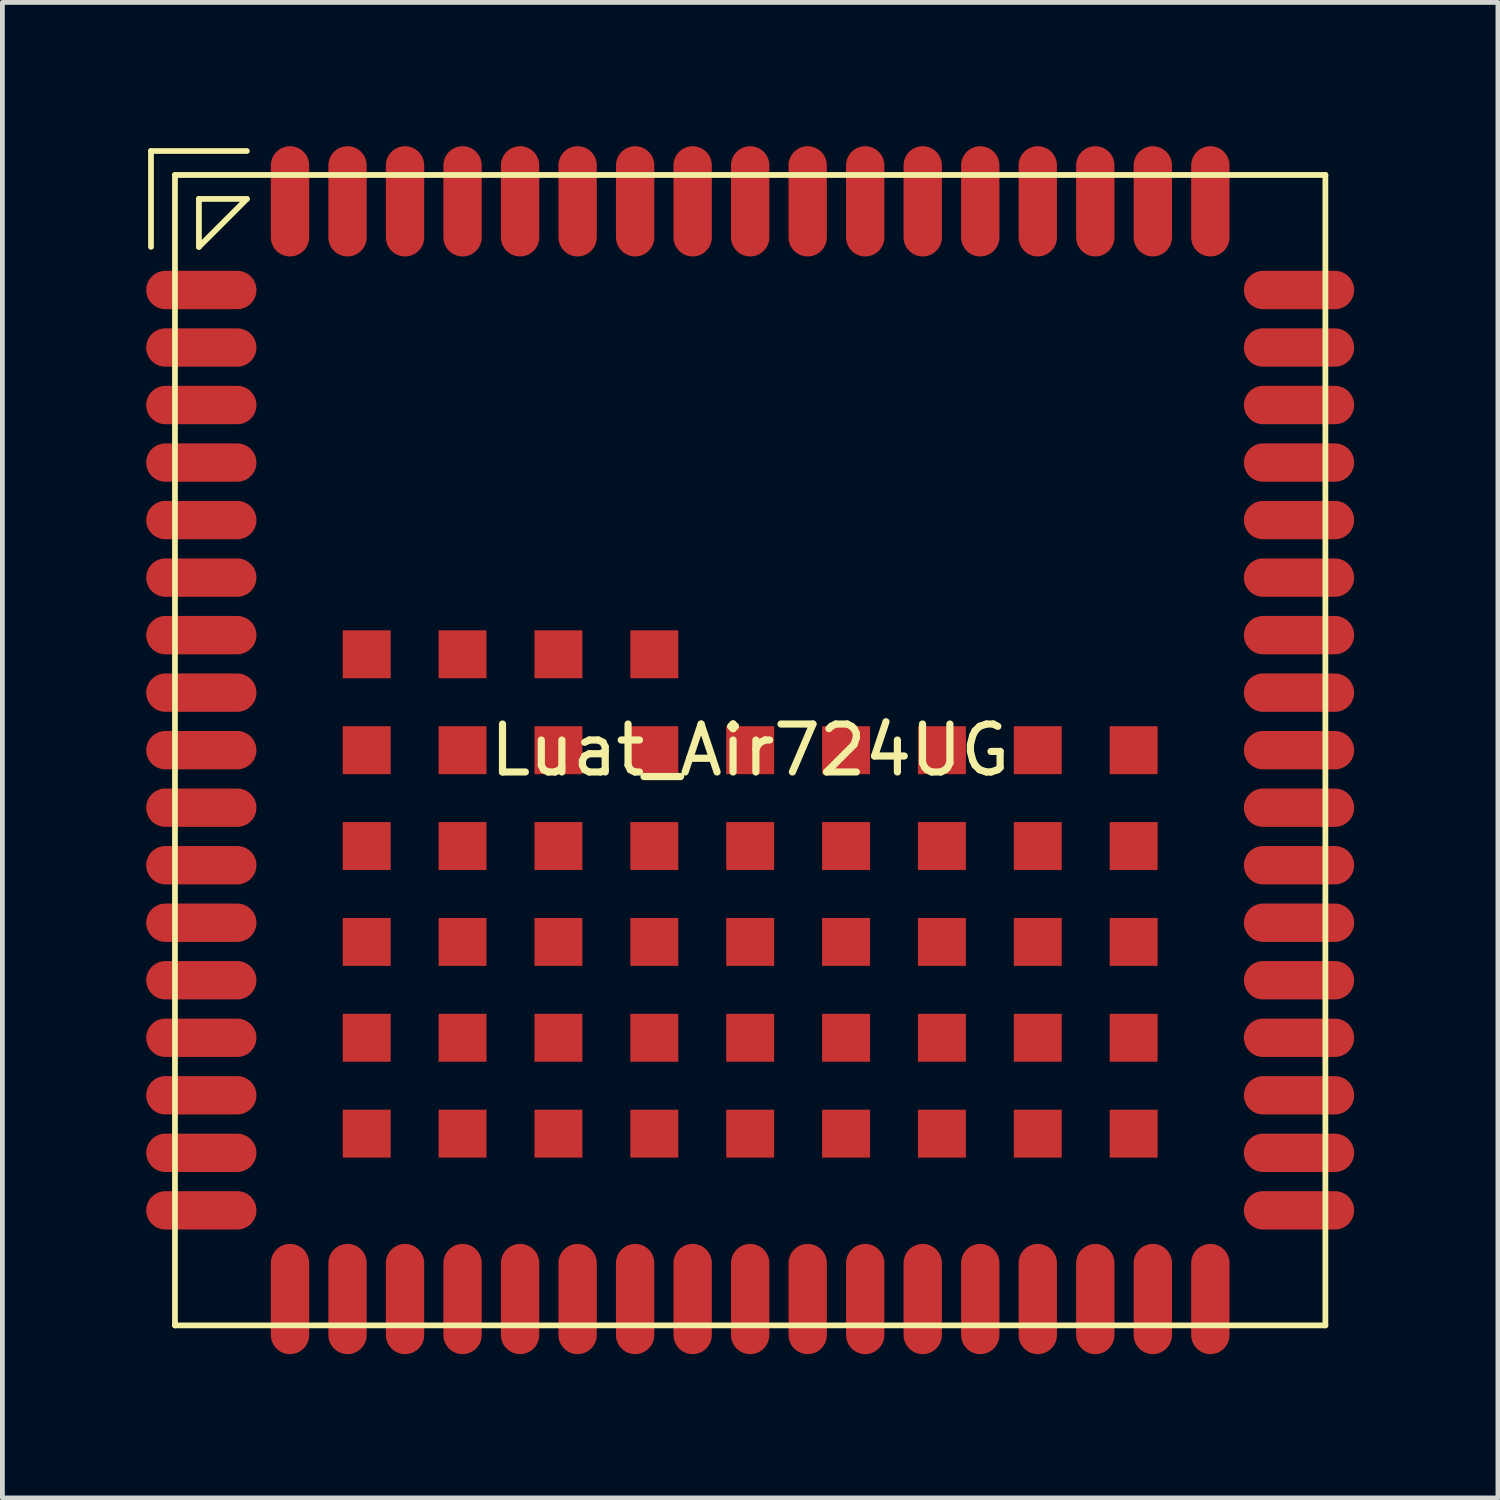
<source format=kicad_pcb>
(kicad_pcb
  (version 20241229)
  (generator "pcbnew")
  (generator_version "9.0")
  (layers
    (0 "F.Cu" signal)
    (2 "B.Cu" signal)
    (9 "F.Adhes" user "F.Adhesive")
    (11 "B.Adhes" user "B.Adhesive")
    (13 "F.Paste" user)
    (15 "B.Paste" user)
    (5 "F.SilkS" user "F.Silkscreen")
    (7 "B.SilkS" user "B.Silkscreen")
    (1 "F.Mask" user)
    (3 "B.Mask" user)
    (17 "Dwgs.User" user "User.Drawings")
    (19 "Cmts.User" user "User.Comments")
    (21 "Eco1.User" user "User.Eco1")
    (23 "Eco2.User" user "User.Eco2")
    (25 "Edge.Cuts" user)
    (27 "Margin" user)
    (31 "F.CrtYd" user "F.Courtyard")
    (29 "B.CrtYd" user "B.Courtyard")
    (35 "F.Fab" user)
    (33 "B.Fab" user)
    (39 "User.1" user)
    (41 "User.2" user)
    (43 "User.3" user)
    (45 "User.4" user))
  (footprint "Luat_Air724UG"
    (layer "F.Cu")
    (at 12.6 12.6)
    (property "Reference" "Luat_Air724UG" (at 0 0 0) (layer "F.SilkS") (effects (font (size 1 1) (thickness 0.15))))
    (attr through_hole)
    (fp_line (start -12.5 -12.5) (end -12.5 -10.5) (stroke (width 0.12) (type solid)) (layer "F.SilkS"))
    (fp_line (start -12 -12) (end 12 -12) (stroke (width 0.12) (type solid)) (layer "F.SilkS"))
    (fp_line (start -12 12) (end -12 -12) (stroke (width 0.12) (type solid)) (layer "F.SilkS"))
    (fp_line (start -11.5 -11.5) (end -11.5 -10.5) (stroke (width 0.12) (type solid)) (layer "F.SilkS"))
    (fp_line (start -11.5 -10.5) (end -10.5 -11.5) (stroke (width 0.12) (type solid)) (layer "F.SilkS"))
    (fp_line (start -10.5 -12.5) (end -12.5 -12.5) (stroke (width 0.12) (type solid)) (layer "F.SilkS"))
    (fp_line (start -10.5 -11.5) (end -11.5 -11.5) (stroke (width 0.12) (type solid)) (layer "F.SilkS"))
    (fp_line (start 12 -12) (end 12 12) (stroke (width 0.12) (type solid)) (layer "F.SilkS"))
    (fp_line (start 12 12) (end -12 12) (stroke (width 0.12) (type solid)) (layer "F.SilkS"))
    (pad "1" smd oval (at -11.45 -9.6) (size 2.3 0.8) (layers "F.Cu" "F.Mask" "F.Paste"))
    (pad "2" smd oval (at -11.45 -8.4) (size 2.3 0.8) (layers "F.Cu" "F.Mask" "F.Paste"))
    (pad "3" smd oval (at -11.45 -7.2) (size 2.3 0.8) (layers "F.Cu" "F.Mask" "F.Paste"))
    (pad "4" smd oval (at -11.45 -6) (size 2.3 0.8) (layers "F.Cu" "F.Mask" "F.Paste"))
    (pad "5" smd oval (at -11.45 -4.8) (size 2.3 0.8) (layers "F.Cu" "F.Mask" "F.Paste"))
    (pad "6" smd oval (at -11.45 -3.6) (size 2.3 0.8) (layers "F.Cu" "F.Mask" "F.Paste"))
    (pad "7" smd oval (at -11.45 -2.4) (size 2.3 0.8) (layers "F.Cu" "F.Mask" "F.Paste"))
    (pad "8" smd oval (at -11.45 -1.2) (size 2.3 0.8) (layers "F.Cu" "F.Mask" "F.Paste"))
    (pad "9" smd oval (at -11.45 0) (size 2.3 0.8) (layers "F.Cu" "F.Mask" "F.Paste"))
    (pad "10" smd oval (at -11.45 1.2) (size 2.3 0.8) (layers "F.Cu" "F.Mask" "F.Paste"))
    (pad "11" smd oval (at -11.45 2.4) (size 2.3 0.8) (layers "F.Cu" "F.Mask" "F.Paste"))
    (pad "12" smd oval (at -11.45 3.6) (size 2.3 0.8) (layers "F.Cu" "F.Mask" "F.Paste"))
    (pad "13" smd oval (at -11.45 4.8) (size 2.3 0.8) (layers "F.Cu" "F.Mask" "F.Paste"))
    (pad "14" smd oval (at -11.45 6) (size 2.3 0.8) (layers "F.Cu" "F.Mask" "F.Paste"))
    (pad "15" smd oval (at -11.45 7.2) (size 2.3 0.8) (layers "F.Cu" "F.Mask" "F.Paste"))
    (pad "16" smd oval (at -11.45 8.4) (size 2.3 0.8) (layers "F.Cu" "F.Mask" "F.Paste"))
    (pad "17" smd oval (at -11.45 9.6) (size 2.3 0.8) (layers "F.Cu" "F.Mask" "F.Paste"))
    (pad "18" smd oval (at -9.6 11.45 90) (size 2.3 0.8) (layers "F.Cu" "F.Mask" "F.Paste"))
    (pad "19" smd oval (at -8.4 11.45 90) (size 2.3 0.8) (layers "F.Cu" "F.Mask" "F.Paste"))
    (pad "20" smd oval (at -7.2 11.45 90) (size 2.3 0.8) (layers "F.Cu" "F.Mask" "F.Paste"))
    (pad "21" smd oval (at -6 11.45 90) (size 2.3 0.8) (layers "F.Cu" "F.Mask" "F.Paste"))
    (pad "22" smd oval (at -4.8 11.45 90) (size 2.3 0.8) (layers "F.Cu" "F.Mask" "F.Paste"))
    (pad "23" smd oval (at -3.6 11.45 90) (size 2.3 0.8) (layers "F.Cu" "F.Mask" "F.Paste"))
    (pad "24" smd oval (at -2.4 11.45 90) (size 2.3 0.8) (layers "F.Cu" "F.Mask" "F.Paste"))
    (pad "25" smd oval (at -1.2 11.45 90) (size 2.3 0.8) (layers "F.Cu" "F.Mask" "F.Paste"))
    (pad "26" smd oval (at 0 11.45 90) (size 2.3 0.8) (layers "F.Cu" "F.Mask" "F.Paste"))
    (pad "27" smd oval (at 1.2 11.45 90) (size 2.3 0.8) (layers "F.Cu" "F.Mask" "F.Paste"))
    (pad "28" smd oval (at 2.4 11.45 90) (size 2.3 0.8) (layers "F.Cu" "F.Mask" "F.Paste"))
    (pad "29" smd oval (at 3.6 11.45 90) (size 2.3 0.8) (layers "F.Cu" "F.Mask" "F.Paste"))
    (pad "30" smd oval (at 4.8 11.45 90) (size 2.3 0.8) (layers "F.Cu" "F.Mask" "F.Paste"))
    (pad "31" smd oval (at 6 11.45 90) (size 2.3 0.8) (layers "F.Cu" "F.Mask" "F.Paste"))
    (pad "32" smd oval (at 7.2 11.45 90) (size 2.3 0.8) (layers "F.Cu" "F.Mask" "F.Paste"))
    (pad "33" smd oval (at 8.4 11.45 90) (size 2.3 0.8) (layers "F.Cu" "F.Mask" "F.Paste"))
    (pad "34" smd oval (at 9.6 11.45 90) (size 2.3 0.8) (layers "F.Cu" "F.Mask" "F.Paste"))
    (pad "35" smd oval (at 11.45 9.6 180) (size 2.3 0.8) (layers "F.Cu" "F.Mask" "F.Paste"))
    (pad "36" smd oval (at 11.45 8.4 180) (size 2.3 0.8) (layers "F.Cu" "F.Mask" "F.Paste"))
    (pad "37" smd oval (at 11.45 7.2 180) (size 2.3 0.8) (layers "F.Cu" "F.Mask" "F.Paste"))
    (pad "38" smd oval (at 11.45 6 180) (size 2.3 0.8) (layers "F.Cu" "F.Mask" "F.Paste"))
    (pad "39" smd oval (at 11.45 4.8 180) (size 2.3 0.8) (layers "F.Cu" "F.Mask" "F.Paste"))
    (pad "40" smd oval (at 11.45 3.6 180) (size 2.3 0.8) (layers "F.Cu" "F.Mask" "F.Paste"))
    (pad "41" smd oval (at 11.45 2.4 180) (size 2.3 0.8) (layers "F.Cu" "F.Mask" "F.Paste"))
    (pad "42" smd oval (at 11.45 1.2 180) (size 2.3 0.8) (layers "F.Cu" "F.Mask" "F.Paste"))
    (pad "43" smd oval (at 11.45 0 180) (size 2.3 0.8) (layers "F.Cu" "F.Mask" "F.Paste"))
    (pad "44" smd oval (at 11.45 -1.2 180) (size 2.3 0.8) (layers "F.Cu" "F.Mask" "F.Paste"))
    (pad "45" smd oval (at 11.45 -2.4 180) (size 2.3 0.8) (layers "F.Cu" "F.Mask" "F.Paste"))
    (pad "46" smd oval (at 11.45 -3.6 180) (size 2.3 0.8) (layers "F.Cu" "F.Mask" "F.Paste"))
    (pad "47" smd oval (at 11.45 -4.8 180) (size 2.3 0.8) (layers "F.Cu" "F.Mask" "F.Paste"))
    (pad "48" smd oval (at 11.45 -6 180) (size 2.3 0.8) (layers "F.Cu" "F.Mask" "F.Paste"))
    (pad "49" smd oval (at 11.45 -7.2 180) (size 2.3 0.8) (layers "F.Cu" "F.Mask" "F.Paste"))
    (pad "50" smd oval (at 11.45 -8.4 180) (size 2.3 0.8) (layers "F.Cu" "F.Mask" "F.Paste"))
    (pad "51" smd oval (at 11.45 -9.6 180) (size 2.3 0.8) (layers "F.Cu" "F.Mask" "F.Paste"))
    (pad "52" smd oval (at 9.6 -11.45 270) (size 2.3 0.8) (layers "F.Cu" "F.Mask" "F.Paste"))
    (pad "53" smd oval (at 8.4 -11.45 270) (size 2.3 0.8) (layers "F.Cu" "F.Mask" "F.Paste"))
    (pad "54" smd oval (at 7.2 -11.45 270) (size 2.3 0.8) (layers "F.Cu" "F.Mask" "F.Paste"))
    (pad "55" smd oval (at 6 -11.45 270) (size 2.3 0.8) (layers "F.Cu" "F.Mask" "F.Paste"))
    (pad "56" smd oval (at 4.8 -11.45 270) (size 2.3 0.8) (layers "F.Cu" "F.Mask" "F.Paste"))
    (pad "57" smd oval (at 3.6 -11.45 270) (size 2.3 0.8) (layers "F.Cu" "F.Mask" "F.Paste"))
    (pad "58" smd oval (at 2.4 -11.45 270) (size 2.3 0.8) (layers "F.Cu" "F.Mask" "F.Paste"))
    (pad "59" smd oval (at 1.2 -11.45 270) (size 2.3 0.8) (layers "F.Cu" "F.Mask" "F.Paste"))
    (pad "60" smd oval (at 0 -11.45 270) (size 2.3 0.8) (layers "F.Cu" "F.Mask" "F.Paste"))
    (pad "61" smd oval (at -1.2 -11.45 270) (size 2.3 0.8) (layers "F.Cu" "F.Mask" "F.Paste"))
    (pad "62" smd oval (at -2.4 -11.45 270) (size 2.3 0.8) (layers "F.Cu" "F.Mask" "F.Paste"))
    (pad "63" smd oval (at -3.6 -11.45 270) (size 2.3 0.8) (layers "F.Cu" "F.Mask" "F.Paste"))
    (pad "64" smd oval (at -4.8 -11.45 270) (size 2.3 0.8) (layers "F.Cu" "F.Mask" "F.Paste"))
    (pad "65" smd oval (at -6 -11.45 270) (size 2.3 0.8) (layers "F.Cu" "F.Mask" "F.Paste"))
    (pad "66" smd oval (at -7.2 -11.45 270) (size 2.3 0.8) (layers "F.Cu" "F.Mask" "F.Paste"))
    (pad "67" smd oval (at -8.4 -11.45 270) (size 2.3 0.8) (layers "F.Cu" "F.Mask" "F.Paste"))
    (pad "68" smd oval (at -9.6 -11.45 270) (size 2.3 0.8) (layers "F.Cu" "F.Mask" "F.Paste"))
    (pad "69" smd rect (at -8 -2) (size 1 1) (layers "F.Cu" "F.Mask" "F.Paste"))
    (pad "70" smd rect (at -6 -2) (size 1 1) (layers "F.Cu" "F.Mask" "F.Paste"))
    (pad "71" smd rect (at -4 -2) (size 1 1) (layers "F.Cu" "F.Mask" "F.Paste"))
    (pad "72" smd rect (at -2 -2) (size 1 1) (layers "F.Cu" "F.Mask" "F.Paste"))
    (pad "73" smd rect (at -8 0) (size 1 1) (layers "F.Cu" "F.Mask" "F.Paste"))
    (pad "74" smd rect (at -6 0) (size 1 1) (layers "F.Cu" "F.Mask" "F.Paste"))
    (pad "75" smd rect (at -4 0) (size 1 1) (layers "F.Cu" "F.Mask" "F.Paste"))
    (pad "76" smd rect (at -2 0) (size 1 1) (layers "F.Cu" "F.Mask" "F.Paste"))
    (pad "77" smd rect (at 0 0) (size 1 1) (layers "F.Cu" "F.Mask" "F.Paste"))
    (pad "78" smd rect (at 2 0) (size 1 1) (layers "F.Cu" "F.Mask" "F.Paste"))
    (pad "79" smd rect (at 4 0) (size 1 1) (layers "F.Cu" "F.Mask" "F.Paste"))
    (pad "80" smd rect (at 6 0) (size 1 1) (layers "F.Cu" "F.Mask" "F.Paste"))
    (pad "81" smd rect (at 8 0) (size 1 1) (layers "F.Cu" "F.Mask" "F.Paste"))
    (pad "82" smd rect (at -8 2) (size 1 1) (layers "F.Cu" "F.Mask" "F.Paste"))
    (pad "83" smd rect (at -6 2) (size 1 1) (layers "F.Cu" "F.Mask" "F.Paste"))
    (pad "84" smd rect (at -4 2) (size 1 1) (layers "F.Cu" "F.Mask" "F.Paste"))
    (pad "85" smd rect (at -2 2) (size 1 1) (layers "F.Cu" "F.Mask" "F.Paste"))
    (pad "86" smd rect (at 0 2) (size 1 1) (layers "F.Cu" "F.Mask" "F.Paste"))
    (pad "87" smd rect (at 2 2) (size 1 1) (layers "F.Cu" "F.Mask" "F.Paste"))
    (pad "88" smd rect (at 4 2) (size 1 1) (layers "F.Cu" "F.Mask" "F.Paste"))
    (pad "89" smd rect (at 6 2) (size 1 1) (layers "F.Cu" "F.Mask" "F.Paste"))
    (pad "90" smd rect (at 8 2) (size 1 1) (layers "F.Cu" "F.Mask" "F.Paste"))
    (pad "91" smd rect (at -8 4) (size 1 1) (layers "F.Cu" "F.Mask" "F.Paste"))
    (pad "92" smd rect (at -6 4) (size 1 1) (layers "F.Cu" "F.Mask" "F.Paste"))
    (pad "93" smd rect (at -4 4) (size 1 1) (layers "F.Cu" "F.Mask" "F.Paste"))
    (pad "94" smd rect (at -2 4) (size 1 1) (layers "F.Cu" "F.Mask" "F.Paste"))
    (pad "95" smd rect (at 0 4) (size 1 1) (layers "F.Cu" "F.Mask" "F.Paste"))
    (pad "96" smd rect (at 2 4) (size 1 1) (layers "F.Cu" "F.Mask" "F.Paste"))
    (pad "97" smd rect (at 4 4) (size 1 1) (layers "F.Cu" "F.Mask" "F.Paste"))
    (pad "98" smd rect (at 6 4) (size 1 1) (layers "F.Cu" "F.Mask" "F.Paste"))
    (pad "99" smd rect (at 8 4) (size 1 1) (layers "F.Cu" "F.Mask" "F.Paste"))
    (pad "100" smd rect (at -8 6) (size 1 1) (layers "F.Cu" "F.Mask" "F.Paste"))
    (pad "101" smd rect (at -6 6) (size 1 1) (layers "F.Cu" "F.Mask" "F.Paste"))
    (pad "102" smd rect (at -4 6) (size 1 1) (layers "F.Cu" "F.Mask" "F.Paste"))
    (pad "103" smd rect (at -2 6) (size 1 1) (layers "F.Cu" "F.Mask" "F.Paste"))
    (pad "104" smd rect (at 0 6) (size 1 1) (layers "F.Cu" "F.Mask" "F.Paste"))
    (pad "105" smd rect (at 2 6) (size 1 1) (layers "F.Cu" "F.Mask" "F.Paste"))
    (pad "106" smd rect (at 4 6) (size 1 1) (layers "F.Cu" "F.Mask" "F.Paste"))
    (pad "107" smd rect (at 6 6) (size 1 1) (layers "F.Cu" "F.Mask" "F.Paste"))
    (pad "108" smd rect (at 8 6) (size 1 1) (layers "F.Cu" "F.Mask" "F.Paste"))
    (pad "109" smd rect (at -8 8) (size 1 1) (layers "F.Cu" "F.Mask" "F.Paste"))
    (pad "110" smd rect (at -6 8) (size 1 1) (layers "F.Cu" "F.Mask" "F.Paste"))
    (pad "111" smd rect (at -4 8) (size 1 1) (layers "F.Cu" "F.Mask" "F.Paste"))
    (pad "112" smd rect (at -2 8) (size 1 1) (layers "F.Cu" "F.Mask" "F.Paste"))
    (pad "113" smd rect (at 0 8) (size 1 1) (layers "F.Cu" "F.Mask" "F.Paste"))
    (pad "114" smd rect (at 2 8) (size 1 1) (layers "F.Cu" "F.Mask" "F.Paste"))
    (pad "115" smd rect (at 4 8) (size 1 1) (layers "F.Cu" "F.Mask" "F.Paste"))
    (pad "116" smd rect (at 6 8) (size 1 1) (layers "F.Cu" "F.Mask" "F.Paste"))
    (pad "117" smd rect (at 8 8) (size 1 1) (layers "F.Cu" "F.Mask" "F.Paste")))
  (gr_rect
    (start -3 -3)
    (end 28.2 28.2)
    (stroke (width 0.1) (type default))
    (fill no)
    (layer "Edge.Cuts")))
</source>
